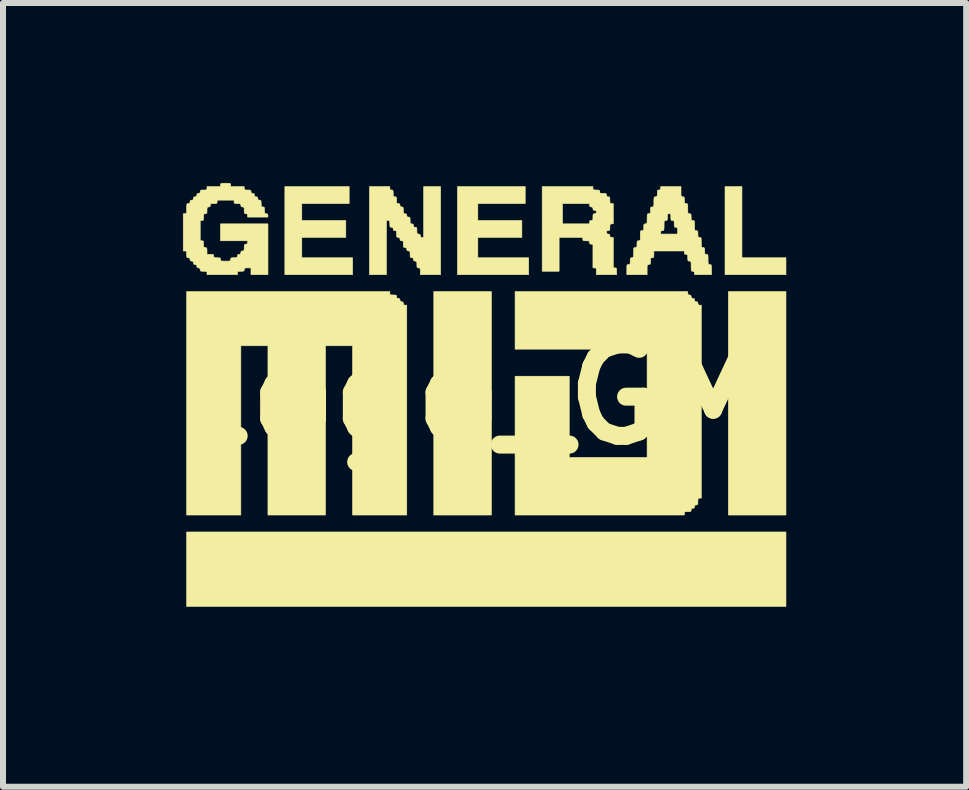
<source format=kicad_pcb>
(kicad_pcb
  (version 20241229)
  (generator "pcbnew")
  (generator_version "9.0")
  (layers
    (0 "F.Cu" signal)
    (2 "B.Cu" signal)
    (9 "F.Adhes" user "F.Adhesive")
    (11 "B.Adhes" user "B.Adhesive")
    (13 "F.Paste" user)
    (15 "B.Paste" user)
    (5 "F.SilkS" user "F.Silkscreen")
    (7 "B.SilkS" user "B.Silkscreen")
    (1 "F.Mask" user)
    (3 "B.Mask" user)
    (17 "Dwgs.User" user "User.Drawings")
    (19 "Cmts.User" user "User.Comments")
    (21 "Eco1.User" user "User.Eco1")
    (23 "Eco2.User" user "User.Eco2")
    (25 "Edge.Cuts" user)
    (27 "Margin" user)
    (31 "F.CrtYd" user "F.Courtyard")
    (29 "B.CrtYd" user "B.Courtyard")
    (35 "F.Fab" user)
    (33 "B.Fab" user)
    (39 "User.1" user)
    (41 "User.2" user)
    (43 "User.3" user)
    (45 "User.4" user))
  (footprint "logo_GM"
    (layer "F.Cu")
    (at 5.029 3.527)
    (property "Reference" "logo_GM" (at 0 0 0) (layer "F.SilkS") (effects (font (size 1.524 1.524) (thickness 0.3))))
    (attr through_hole)
    (fp_poly (pts (xy 0.113 2.009) (xy -0.847 2.009) (xy -0.847 -1.716) (xy 0.113 -1.716) (xy 0.113 2.009)) (stroke (width 0.01) (type solid)) (fill yes) (layer "F.SilkS"))
    (fp_poly (pts (xy 5.024 2.009) (xy 4.064 2.009) (xy 4.064 -1.716) (xy 5.024 -1.716) (xy 5.024 2.009)) (stroke (width 0.01) (type solid)) (fill yes) (layer "F.SilkS"))
    (fp_poly (pts (xy 5.024 3.533) (xy -4.967 3.533) (xy -4.967 2.292) (xy 5.024 2.292) (xy 5.024 3.533)) (stroke (width 0.01) (type solid)) (fill yes) (layer "F.SilkS"))
    (fp_poly (pts (xy 4.29 -2.28) (xy 5.024 -2.28) (xy 5.024 -1.998) (xy 4.008 -1.998) (xy 4.008 -3.466) (xy 4.29 -3.466) (xy 4.29 -2.28)) (stroke (width 0.01) (type solid)) (fill yes) (layer "F.SilkS"))
    (fp_poly (pts (xy -2.258 -3.183) (xy -3.048 -3.183) (xy -3.048 -2.901) (xy -2.314 -2.901) (xy -2.314 -2.619) (xy -3.048 -2.619) (xy -3.048 -2.28) (xy -2.201 -2.28) (xy -2.201 -1.998) (xy -3.33 -1.998) (xy -3.33 -3.466) (xy -2.258 -3.466) (xy -2.258 -3.183)) (stroke (width 0.01) (type solid)) (fill yes) (layer "F.SilkS"))
    (fp_poly (pts (xy 0.677 -3.183) (xy -0.113 -3.183) (xy -0.113 -2.901) (xy 0.621 -2.901) (xy 0.621 -2.619) (xy -0.113 -2.619) (xy -0.113 -2.28) (xy 0.734 -2.28) (xy 0.734 -1.998) (xy -0.452 -1.998) (xy -0.452 -3.466) (xy 0.677 -3.466) (xy 0.677 -3.183)) (stroke (width 0.01) (type solid)) (fill yes) (layer "F.SilkS"))
    (fp_poly (pts (xy -1.58 -1.688) (xy -1.579 -1.671) (xy -1.569 -1.663) (xy -1.547 -1.66) (xy -1.524 -1.659) (xy -1.491 -1.659) (xy -1.474 -1.654) (xy -1.468 -1.643) (xy -1.468 -1.631) (xy -1.463 -1.61) (xy -1.445 -1.603) (xy -1.439 -1.603) (xy -1.418 -1.598) (xy -1.411 -1.58) (xy -1.411 -1.575) (xy -1.406 -1.553) (xy -1.388 -1.547) (xy -1.383 -1.547) (xy -1.361 -1.542) (xy -1.355 -1.524) (xy -1.355 -1.518) (xy -1.35 -1.497) (xy -1.332 -1.49) (xy -1.326 -1.49) (xy -1.298 -1.49) (xy -1.298 2.009) (xy -2.201 2.009) (xy -2.201 -0.813) (xy -2.653 -0.813) (xy -2.653 2.009) (xy -3.612 2.009) (xy -3.612 -0.813) (xy -4.064 -0.813) (xy -4.064 2.009) (xy -4.967 2.009) (xy -4.967 -1.716) (xy -1.58 -1.716) (xy -1.58 -1.688)) (stroke (width 0.01) (type solid)) (fill yes) (layer "F.SilkS"))
    (fp_poly (pts (xy 3.387 -1.688) (xy 3.391 -1.666) (xy 3.41 -1.66) (xy 3.415 -1.659) (xy 3.436 -1.655) (xy 3.443 -1.636) (xy 3.443 -1.631) (xy 3.448 -1.61) (xy 3.466 -1.603) (xy 3.471 -1.603) (xy 3.493 -1.598) (xy 3.499 -1.58) (xy 3.5 -1.575) (xy 3.504 -1.553) (xy 3.523 -1.547) (xy 3.528 -1.547) (xy 3.549 -1.542) (xy 3.556 -1.524) (xy 3.556 -1.518) (xy 3.561 -1.497) (xy 3.579 -1.49) (xy 3.584 -1.49) (xy 3.612 -1.49) (xy 3.612 1.727) (xy 3.584 1.727) (xy 3.567 1.729) (xy 3.559 1.738) (xy 3.556 1.761) (xy 3.556 1.784) (xy 3.555 1.817) (xy 3.55 1.834) (xy 3.539 1.84) (xy 3.528 1.84) (xy 3.506 1.845) (xy 3.5 1.863) (xy 3.5 1.868) (xy 3.495 1.89) (xy 3.477 1.896) (xy 3.471 1.897) (xy 3.45 1.901) (xy 3.443 1.92) (xy 3.443 1.925) (xy 3.441 1.942) (xy 3.432 1.95) (xy 3.409 1.953) (xy 3.387 1.953) (xy 3.353 1.954) (xy 3.336 1.959) (xy 3.331 1.97) (xy 3.33 1.981) (xy 3.33 2.009) (xy 0.508 2.009) (xy 0.508 -0.305) (xy 1.411 -0.305) (xy 1.411 1.05) (xy 2.709 1.05) (xy 2.709 -0.756) (xy 0.508 -0.756) (xy 0.508 -1.716) (xy 3.387 -1.716) (xy 3.387 -1.688)) (stroke (width 0.01) (type solid)) (fill yes) (layer "F.SilkS"))
    (fp_poly (pts (xy 1.806 -3.437) (xy 1.808 -3.421) (xy 1.817 -3.412) (xy 1.84 -3.41) (xy 1.863 -3.409) (xy 1.896 -3.408) (xy 1.913 -3.404) (xy 1.919 -3.392) (xy 1.919 -3.381) (xy 1.921 -3.364) (xy 1.93 -3.356) (xy 1.953 -3.353) (xy 1.976 -3.353) (xy 2.009 -3.352) (xy 2.026 -3.347) (xy 2.031 -3.336) (xy 2.032 -3.325) (xy 2.037 -3.303) (xy 2.055 -3.296) (xy 2.06 -3.296) (xy 2.077 -3.295) (xy 2.085 -3.285) (xy 2.088 -3.263) (xy 2.088 -3.24) (xy 2.089 -3.206) (xy 2.094 -3.19) (xy 2.105 -3.184) (xy 2.117 -3.183) (xy 2.145 -3.183) (xy 2.145 -2.845) (xy 2.117 -2.845) (xy 2.1 -2.843) (xy 2.092 -2.834) (xy 2.089 -2.811) (xy 2.088 -2.788) (xy 2.088 -2.755) (xy 2.083 -2.738) (xy 2.072 -2.732) (xy 2.06 -2.732) (xy 2.039 -2.727) (xy 2.032 -2.709) (xy 2.032 -2.704) (xy 2.037 -2.682) (xy 2.055 -2.676) (xy 2.06 -2.675) (xy 2.082 -2.671) (xy 2.088 -2.652) (xy 2.088 -2.647) (xy 2.093 -2.626) (xy 2.111 -2.619) (xy 2.117 -2.619) (xy 2.145 -2.619) (xy 2.145 -2.111) (xy 2.173 -2.111) (xy 2.19 -2.109) (xy 2.198 -2.1) (xy 2.201 -2.077) (xy 2.201 -2.055) (xy 2.201 -1.998) (xy 1.863 -1.998) (xy 1.863 -2.055) (xy 1.862 -2.088) (xy 1.857 -2.105) (xy 1.846 -2.11) (xy 1.834 -2.111) (xy 1.806 -2.111) (xy 1.806 -2.506) (xy 1.778 -2.506) (xy 1.757 -2.511) (xy 1.75 -2.529) (xy 1.75 -2.534) (xy 1.748 -2.551) (xy 1.739 -2.559) (xy 1.716 -2.562) (xy 1.693 -2.563) (xy 1.66 -2.563) (xy 1.643 -2.568) (xy 1.637 -2.579) (xy 1.637 -2.591) (xy 1.637 -2.619) (xy 1.242 -2.619) (xy 1.242 -2.055) (xy 0.96 -2.055) (xy 0.96 -3.183) (xy 1.298 -3.183) (xy 1.298 -2.845) (xy 1.75 -2.845) (xy 1.75 -2.873) (xy 1.754 -2.895) (xy 1.773 -2.901) (xy 1.778 -2.901) (xy 1.795 -2.903) (xy 1.803 -2.912) (xy 1.806 -2.935) (xy 1.806 -2.958) (xy 1.807 -2.991) (xy 1.812 -3.008) (xy 1.823 -3.014) (xy 1.834 -3.014) (xy 1.856 -3.019) (xy 1.863 -3.037) (xy 1.863 -3.042) (xy 1.858 -3.064) (xy 1.84 -3.07) (xy 1.834 -3.071) (xy 1.813 -3.075) (xy 1.806 -3.094) (xy 1.806 -3.099) (xy 1.802 -3.12) (xy 1.783 -3.127) (xy 1.778 -3.127) (xy 1.757 -3.132) (xy 1.75 -3.15) (xy 1.75 -3.155) (xy 1.75 -3.183) (xy 1.298 -3.183) (xy 0.96 -3.183) (xy 0.96 -3.466) (xy 1.806 -3.466) (xy 1.806 -3.437)) (stroke (width 0.01) (type solid)) (fill yes) (layer "F.SilkS"))
    (fp_poly (pts (xy -1.58 -3.437) (xy -1.576 -3.416) (xy -1.557 -3.409) (xy -1.552 -3.409) (xy -1.535 -3.407) (xy -1.527 -3.398) (xy -1.524 -3.375) (xy -1.524 -3.353) (xy -1.523 -3.319) (xy -1.518 -3.303) (xy -1.507 -3.297) (xy -1.496 -3.296) (xy -1.479 -3.295) (xy -1.471 -3.285) (xy -1.468 -3.263) (xy -1.468 -3.24) (xy -1.467 -3.206) (xy -1.462 -3.19) (xy -1.451 -3.184) (xy -1.439 -3.183) (xy -1.418 -3.179) (xy -1.411 -3.16) (xy -1.411 -3.155) (xy -1.406 -3.134) (xy -1.388 -3.127) (xy -1.383 -3.127) (xy -1.366 -3.125) (xy -1.358 -3.116) (xy -1.355 -3.093) (xy -1.355 -3.071) (xy -1.354 -3.037) (xy -1.349 -3.02) (xy -1.338 -3.015) (xy -1.326 -3.014) (xy -1.305 -3.009) (xy -1.298 -2.991) (xy -1.298 -2.986) (xy -1.294 -2.964) (xy -1.275 -2.958) (xy -1.27 -2.958) (xy -1.253 -2.956) (xy -1.245 -2.947) (xy -1.242 -2.924) (xy -1.242 -2.901) (xy -1.241 -2.868) (xy -1.236 -2.851) (xy -1.225 -2.845) (xy -1.214 -2.845) (xy -1.192 -2.84) (xy -1.185 -2.822) (xy -1.185 -2.817) (xy -1.181 -2.795) (xy -1.162 -2.788) (xy -1.157 -2.788) (xy -1.14 -2.787) (xy -1.132 -2.777) (xy -1.129 -2.755) (xy -1.129 -2.732) (xy -1.128 -2.698) (xy -1.123 -2.682) (xy -1.112 -2.676) (xy -1.101 -2.675) (xy -1.079 -2.671) (xy -1.073 -2.652) (xy -1.072 -2.647) (xy -1.068 -2.626) (xy -1.049 -2.619) (xy -1.044 -2.619) (xy -1.016 -2.619) (xy -1.016 -3.466) (xy -0.734 -3.466) (xy -0.734 -1.998) (xy -1.072 -1.998) (xy -1.072 -2.055) (xy -1.073 -2.088) (xy -1.078 -2.105) (xy -1.089 -2.11) (xy -1.101 -2.111) (xy -1.117 -2.113) (xy -1.126 -2.122) (xy -1.129 -2.145) (xy -1.129 -2.167) (xy -1.13 -2.201) (xy -1.134 -2.218) (xy -1.146 -2.223) (xy -1.157 -2.224) (xy -1.179 -2.229) (xy -1.185 -2.247) (xy -1.185 -2.252) (xy -1.19 -2.274) (xy -1.208 -2.28) (xy -1.214 -2.28) (xy -1.23 -2.282) (xy -1.239 -2.292) (xy -1.242 -2.314) (xy -1.242 -2.337) (xy -1.243 -2.37) (xy -1.247 -2.387) (xy -1.259 -2.393) (xy -1.27 -2.393) (xy -1.291 -2.398) (xy -1.298 -2.416) (xy -1.298 -2.421) (xy -1.303 -2.443) (xy -1.321 -2.45) (xy -1.326 -2.45) (xy -1.343 -2.452) (xy -1.352 -2.461) (xy -1.354 -2.483) (xy -1.355 -2.506) (xy -1.356 -2.54) (xy -1.36 -2.556) (xy -1.372 -2.562) (xy -1.383 -2.563) (xy -1.404 -2.567) (xy -1.411 -2.586) (xy -1.411 -2.591) (xy -1.416 -2.612) (xy -1.434 -2.619) (xy -1.439 -2.619) (xy -1.456 -2.621) (xy -1.464 -2.63) (xy -1.467 -2.653) (xy -1.468 -2.675) (xy -1.468 -2.709) (xy -1.473 -2.726) (xy -1.484 -2.731) (xy -1.496 -2.732) (xy -1.517 -2.737) (xy -1.524 -2.755) (xy -1.524 -2.76) (xy -1.529 -2.782) (xy -1.547 -2.788) (xy -1.552 -2.788) (xy -1.569 -2.79) (xy -1.577 -2.8) (xy -1.58 -2.822) (xy -1.58 -2.845) (xy -1.581 -2.878) (xy -1.586 -2.895) (xy -1.597 -2.901) (xy -1.609 -2.901) (xy -1.637 -2.901) (xy -1.637 -1.998) (xy -1.919 -1.998) (xy -1.919 -3.466) (xy -1.58 -3.466) (xy -1.58 -3.437)) (stroke (width 0.01) (type solid)) (fill yes) (layer "F.SilkS"))
    (fp_poly (pts (xy 3.274 -3.381) (xy 3.274 -3.338) (xy 3.276 -3.313) (xy 3.282 -3.301) (xy 3.292 -3.297) (xy 3.302 -3.296) (xy 3.319 -3.295) (xy 3.327 -3.285) (xy 3.33 -3.263) (xy 3.33 -3.24) (xy 3.331 -3.206) (xy 3.336 -3.19) (xy 3.347 -3.184) (xy 3.358 -3.183) (xy 3.373 -3.182) (xy 3.381 -3.176) (xy 3.385 -3.16) (xy 3.387 -3.129) (xy 3.387 -3.099) (xy 3.387 -3.056) (xy 3.389 -3.03) (xy 3.395 -3.018) (xy 3.405 -3.014) (xy 3.415 -3.014) (xy 3.432 -3.012) (xy 3.44 -3.003) (xy 3.443 -2.98) (xy 3.443 -2.958) (xy 3.444 -2.924) (xy 3.449 -2.907) (xy 3.46 -2.902) (xy 3.471 -2.901) (xy 3.486 -2.9) (xy 3.494 -2.894) (xy 3.498 -2.877) (xy 3.499 -2.846) (xy 3.5 -2.817) (xy 3.5 -2.774) (xy 3.502 -2.748) (xy 3.507 -2.736) (xy 3.518 -2.732) (xy 3.528 -2.732) (xy 3.545 -2.73) (xy 3.553 -2.721) (xy 3.556 -2.698) (xy 3.556 -2.675) (xy 3.557 -2.642) (xy 3.562 -2.625) (xy 3.573 -2.62) (xy 3.584 -2.619) (xy 3.599 -2.618) (xy 3.607 -2.612) (xy 3.611 -2.595) (xy 3.612 -2.564) (xy 3.612 -2.534) (xy 3.613 -2.491) (xy 3.615 -2.466) (xy 3.62 -2.454) (xy 3.631 -2.45) (xy 3.641 -2.45) (xy 3.657 -2.448) (xy 3.666 -2.439) (xy 3.669 -2.416) (xy 3.669 -2.393) (xy 3.67 -2.36) (xy 3.674 -2.343) (xy 3.686 -2.337) (xy 3.697 -2.337) (xy 3.711 -2.336) (xy 3.72 -2.329) (xy 3.724 -2.313) (xy 3.725 -2.282) (xy 3.725 -2.252) (xy 3.726 -2.209) (xy 3.728 -2.184) (xy 3.733 -2.172) (xy 3.744 -2.168) (xy 3.754 -2.167) (xy 3.768 -2.166) (xy 3.776 -2.16) (xy 3.78 -2.144) (xy 3.782 -2.113) (xy 3.782 -2.083) (xy 3.782 -1.998) (xy 3.5 -1.998) (xy 3.5 -2.026) (xy 3.495 -2.048) (xy 3.477 -2.054) (xy 3.471 -2.055) (xy 3.457 -2.056) (xy 3.449 -2.062) (xy 3.445 -2.078) (xy 3.443 -2.11) (xy 3.443 -2.139) (xy 3.443 -2.182) (xy 3.441 -2.208) (xy 3.435 -2.22) (xy 3.425 -2.224) (xy 3.415 -2.224) (xy 3.398 -2.226) (xy 3.39 -2.235) (xy 3.387 -2.258) (xy 3.387 -2.28) (xy 3.386 -2.314) (xy 3.381 -2.331) (xy 3.37 -2.336) (xy 3.358 -2.337) (xy 3.337 -2.341) (xy 3.33 -2.36) (xy 3.33 -2.365) (xy 3.33 -2.393) (xy 2.822 -2.393) (xy 2.822 -2.337) (xy 2.821 -2.303) (xy 2.817 -2.287) (xy 2.805 -2.281) (xy 2.794 -2.28) (xy 2.777 -2.279) (xy 2.769 -2.269) (xy 2.766 -2.247) (xy 2.766 -2.224) (xy 2.765 -2.19) (xy 2.76 -2.174) (xy 2.749 -2.168) (xy 2.738 -2.167) (xy 2.723 -2.166) (xy 2.715 -2.16) (xy 2.711 -2.144) (xy 2.709 -2.113) (xy 2.709 -2.083) (xy 2.709 -1.998) (xy 2.371 -1.998) (xy 2.371 -2.083) (xy 2.371 -2.126) (xy 2.373 -2.151) (xy 2.379 -2.163) (xy 2.389 -2.167) (xy 2.399 -2.167) (xy 2.416 -2.169) (xy 2.424 -2.179) (xy 2.427 -2.201) (xy 2.427 -2.224) (xy 2.428 -2.257) (xy 2.433 -2.274) (xy 2.444 -2.28) (xy 2.455 -2.28) (xy 2.47 -2.281) (xy 2.478 -2.288) (xy 2.482 -2.304) (xy 2.483 -2.335) (xy 2.484 -2.365) (xy 2.484 -2.408) (xy 2.486 -2.433) (xy 2.491 -2.446) (xy 2.502 -2.449) (xy 2.512 -2.45) (xy 2.529 -2.452) (xy 2.537 -2.461) (xy 2.54 -2.483) (xy 2.54 -2.506) (xy 2.541 -2.54) (xy 2.546 -2.556) (xy 2.557 -2.562) (xy 2.568 -2.563) (xy 2.583 -2.564) (xy 2.591 -2.57) (xy 2.595 -2.586) (xy 2.596 -2.618) (xy 2.596 -2.647) (xy 2.597 -2.69) (xy 2.598 -2.704) (xy 2.935 -2.704) (xy 2.935 -2.675) (xy 3.217 -2.675) (xy 3.217 -2.732) (xy 3.216 -2.765) (xy 3.212 -2.782) (xy 3.2 -2.788) (xy 3.189 -2.788) (xy 3.172 -2.79) (xy 3.164 -2.8) (xy 3.161 -2.822) (xy 3.161 -2.845) (xy 3.16 -2.878) (xy 3.155 -2.895) (xy 3.144 -2.901) (xy 3.133 -2.901) (xy 3.116 -2.903) (xy 3.108 -2.912) (xy 3.105 -2.935) (xy 3.104 -2.958) (xy 3.104 -2.991) (xy 3.099 -3.008) (xy 3.088 -3.014) (xy 3.076 -3.014) (xy 3.059 -3.012) (xy 3.051 -3.003) (xy 3.048 -2.98) (xy 3.048 -2.958) (xy 3.047 -2.924) (xy 3.042 -2.907) (xy 3.031 -2.902) (xy 3.02 -2.901) (xy 3.005 -2.9) (xy 2.997 -2.894) (xy 2.993 -2.877) (xy 2.992 -2.846) (xy 2.992 -2.817) (xy 2.991 -2.774) (xy 2.989 -2.748) (xy 2.984 -2.736) (xy 2.973 -2.732) (xy 2.963 -2.732) (xy 2.942 -2.727) (xy 2.935 -2.709) (xy 2.935 -2.704) (xy 2.598 -2.704) (xy 2.599 -2.716) (xy 2.604 -2.728) (xy 2.615 -2.732) (xy 2.625 -2.732) (xy 2.641 -2.734) (xy 2.65 -2.743) (xy 2.653 -2.766) (xy 2.653 -2.788) (xy 2.654 -2.822) (xy 2.658 -2.839) (xy 2.67 -2.844) (xy 2.681 -2.845) (xy 2.695 -2.846) (xy 2.704 -2.852) (xy 2.708 -2.869) (xy 2.709 -2.9) (xy 2.709 -2.929) (xy 2.71 -2.973) (xy 2.712 -2.998) (xy 2.717 -3.01) (xy 2.728 -3.014) (xy 2.738 -3.014) (xy 2.754 -3.016) (xy 2.763 -3.025) (xy 2.766 -3.048) (xy 2.766 -3.071) (xy 2.767 -3.104) (xy 2.771 -3.121) (xy 2.783 -3.126) (xy 2.794 -3.127) (xy 2.808 -3.128) (xy 2.817 -3.134) (xy 2.821 -3.151) (xy 2.822 -3.182) (xy 2.822 -3.212) (xy 2.823 -3.255) (xy 2.825 -3.28) (xy 2.83 -3.292) (xy 2.841 -3.296) (xy 2.85 -3.296) (xy 2.867 -3.298) (xy 2.876 -3.308) (xy 2.878 -3.33) (xy 2.879 -3.353) (xy 2.88 -3.386) (xy 2.884 -3.403) (xy 2.896 -3.409) (xy 2.907 -3.409) (xy 2.928 -3.414) (xy 2.935 -3.432) (xy 2.935 -3.437) (xy 2.935 -3.466) (xy 3.274 -3.466) (xy 3.274 -3.381)) (stroke (width 0.01) (type solid)) (fill yes) (layer "F.SilkS"))
    (fp_poly (pts (xy -4.275 -3.522) (xy -4.25 -3.52) (xy -4.238 -3.514) (xy -4.234 -3.504) (xy -4.233 -3.494) (xy -4.233 -3.466) (xy -4.008 -3.466) (xy -4.008 -3.437) (xy -4.006 -3.421) (xy -3.996 -3.412) (xy -3.974 -3.41) (xy -3.951 -3.409) (xy -3.918 -3.408) (xy -3.901 -3.404) (xy -3.895 -3.392) (xy -3.895 -3.381) (xy -3.89 -3.36) (xy -3.872 -3.353) (xy -3.866 -3.353) (xy -3.845 -3.348) (xy -3.838 -3.33) (xy -3.838 -3.325) (xy -3.834 -3.303) (xy -3.815 -3.296) (xy -3.81 -3.296) (xy -3.789 -3.292) (xy -3.782 -3.273) (xy -3.782 -3.268) (xy -3.777 -3.247) (xy -3.759 -3.24) (xy -3.754 -3.24) (xy -3.737 -3.238) (xy -3.728 -3.229) (xy -3.726 -3.206) (xy -3.725 -3.183) (xy -3.724 -3.15) (xy -3.72 -3.133) (xy -3.708 -3.128) (xy -3.697 -3.127) (xy -3.68 -3.125) (xy -3.672 -3.116) (xy -3.669 -3.093) (xy -3.669 -3.071) (xy -3.668 -3.037) (xy -3.663 -3.02) (xy -3.652 -3.015) (xy -3.641 -3.014) (xy -3.619 -3.009) (xy -3.613 -2.991) (xy -3.612 -2.986) (xy -3.612 -2.958) (xy -3.951 -2.958) (xy -3.951 -2.986) (xy -3.956 -3.007) (xy -3.974 -3.014) (xy -3.979 -3.014) (xy -3.996 -3.016) (xy -4.004 -3.025) (xy -4.007 -3.048) (xy -4.008 -3.071) (xy -4.008 -3.104) (xy -4.013 -3.121) (xy -4.024 -3.126) (xy -4.036 -3.127) (xy -4.057 -3.132) (xy -4.064 -3.15) (xy -4.064 -3.155) (xy -4.066 -3.172) (xy -4.075 -3.18) (xy -4.098 -3.183) (xy -4.12 -3.183) (xy -4.154 -3.184) (xy -4.171 -3.189) (xy -4.176 -3.2) (xy -4.177 -3.212) (xy -4.177 -3.24) (xy -4.459 -3.24) (xy -4.459 -3.212) (xy -4.461 -3.195) (xy -4.47 -3.187) (xy -4.493 -3.184) (xy -4.516 -3.183) (xy -4.549 -3.183) (xy -4.566 -3.178) (xy -4.571 -3.167) (xy -4.572 -3.155) (xy -4.577 -3.134) (xy -4.595 -3.127) (xy -4.6 -3.127) (xy -4.617 -3.125) (xy -4.625 -3.116) (xy -4.628 -3.093) (xy -4.628 -3.071) (xy -4.629 -3.037) (xy -4.634 -3.02) (xy -4.645 -3.015) (xy -4.657 -3.014) (xy -4.673 -3.012) (xy -4.682 -3.003) (xy -4.685 -2.98) (xy -4.685 -2.958) (xy -4.686 -2.924) (xy -4.69 -2.907) (xy -4.702 -2.902) (xy -4.713 -2.901) (xy -4.741 -2.901) (xy -4.741 -2.563) (xy -4.713 -2.563) (xy -4.696 -2.561) (xy -4.688 -2.551) (xy -4.685 -2.529) (xy -4.685 -2.506) (xy -4.684 -2.473) (xy -4.679 -2.456) (xy -4.668 -2.45) (xy -4.657 -2.45) (xy -4.64 -2.448) (xy -4.632 -2.439) (xy -4.629 -2.416) (xy -4.628 -2.393) (xy -4.628 -2.337) (xy -4.572 -2.337) (xy -4.539 -2.336) (xy -4.522 -2.331) (xy -4.516 -2.32) (xy -4.516 -2.309) (xy -4.514 -2.292) (xy -4.504 -2.283) (xy -4.482 -2.281) (xy -4.459 -2.28) (xy -4.426 -2.279) (xy -4.409 -2.275) (xy -4.403 -2.263) (xy -4.403 -2.252) (xy -4.402 -2.238) (xy -4.395 -2.229) (xy -4.379 -2.225) (xy -4.348 -2.224) (xy -4.318 -2.224) (xy -4.275 -2.224) (xy -4.25 -2.226) (xy -4.238 -2.232) (xy -4.234 -2.242) (xy -4.233 -2.252) (xy -4.232 -2.269) (xy -4.222 -2.277) (xy -4.2 -2.28) (xy -4.177 -2.28) (xy -4.143 -2.281) (xy -4.127 -2.286) (xy -4.121 -2.297) (xy -4.12 -2.309) (xy -4.116 -2.33) (xy -4.097 -2.337) (xy -4.092 -2.337) (xy -4.071 -2.341) (xy -4.064 -2.36) (xy -4.064 -2.365) (xy -4.059 -2.387) (xy -4.041 -2.393) (xy -4.036 -2.393) (xy -4.019 -2.395) (xy -4.011 -2.404) (xy -4.008 -2.427) (xy -4.008 -2.45) (xy -4.007 -2.483) (xy -4.002 -2.5) (xy -3.991 -2.506) (xy -3.979 -2.506) (xy -3.958 -2.511) (xy -3.951 -2.529) (xy -3.951 -2.534) (xy -3.951 -2.563) (xy -4.403 -2.563) (xy -4.403 -2.845) (xy -3.612 -2.845) (xy -3.612 -1.998) (xy -3.895 -1.998) (xy -3.895 -2.111) (xy -3.951 -2.111) (xy -3.985 -2.11) (xy -4.001 -2.105) (xy -4.007 -2.094) (xy -4.008 -2.083) (xy -4.009 -2.066) (xy -4.019 -2.058) (xy -4.041 -2.055) (xy -4.064 -2.055) (xy -4.097 -2.054) (xy -4.114 -2.049) (xy -4.12 -2.038) (xy -4.12 -2.026) (xy -4.12 -1.998) (xy -4.628 -1.998) (xy -4.628 -2.026) (xy -4.63 -2.043) (xy -4.64 -2.051) (xy -4.662 -2.054) (xy -4.685 -2.055) (xy -4.718 -2.055) (xy -4.735 -2.06) (xy -4.741 -2.071) (xy -4.741 -2.083) (xy -4.746 -2.104) (xy -4.764 -2.111) (xy -4.77 -2.111) (xy -4.791 -2.116) (xy -4.798 -2.134) (xy -4.798 -2.139) (xy -4.802 -2.161) (xy -4.821 -2.167) (xy -4.826 -2.167) (xy -4.847 -2.172) (xy -4.854 -2.19) (xy -4.854 -2.196) (xy -4.859 -2.217) (xy -4.877 -2.224) (xy -4.882 -2.224) (xy -4.904 -2.229) (xy -4.911 -2.247) (xy -4.911 -2.252) (xy -4.915 -2.274) (xy -4.934 -2.28) (xy -4.939 -2.28) (xy -4.956 -2.282) (xy -4.964 -2.292) (xy -4.967 -2.314) (xy -4.967 -2.337) (xy -4.968 -2.37) (xy -4.973 -2.387) (xy -4.984 -2.393) (xy -4.995 -2.393) (xy -5.024 -2.393) (xy -5.024 -3.014) (xy -4.995 -3.014) (xy -4.981 -3.015) (xy -4.973 -3.022) (xy -4.969 -3.038) (xy -4.967 -3.069) (xy -4.967 -3.099) (xy -4.967 -3.142) (xy -4.965 -3.167) (xy -4.959 -3.179) (xy -4.949 -3.183) (xy -4.939 -3.183) (xy -4.917 -3.188) (xy -4.911 -3.206) (xy -4.911 -3.212) (xy -4.906 -3.233) (xy -4.888 -3.24) (xy -4.882 -3.24) (xy -4.861 -3.245) (xy -4.854 -3.263) (xy -4.854 -3.268) (xy -4.85 -3.29) (xy -4.831 -3.296) (xy -4.826 -3.296) (xy -4.805 -3.301) (xy -4.798 -3.319) (xy -4.798 -3.325) (xy -4.793 -3.346) (xy -4.775 -3.353) (xy -4.77 -3.353) (xy -4.748 -3.357) (xy -4.741 -3.376) (xy -4.741 -3.381) (xy -4.74 -3.398) (xy -4.73 -3.406) (xy -4.708 -3.409) (xy -4.685 -3.409) (xy -4.651 -3.41) (xy -4.635 -3.415) (xy -4.629 -3.426) (xy -4.628 -3.437) (xy -4.628 -3.466) (xy -4.403 -3.466) (xy -4.403 -3.494) (xy -4.402 -3.508) (xy -4.395 -3.517) (xy -4.379 -3.521) (xy -4.348 -3.522) (xy -4.318 -3.522) (xy -4.275 -3.522)) (stroke (width 0.01) (type solid)) (fill yes) (layer "F.SilkS")))
  (gr_rect
    (start -3 -3)
    (end 13.057 10.066)
    (stroke (width 0.1) (type default))
    (fill no)
    (layer "Edge.Cuts")))
</source>
